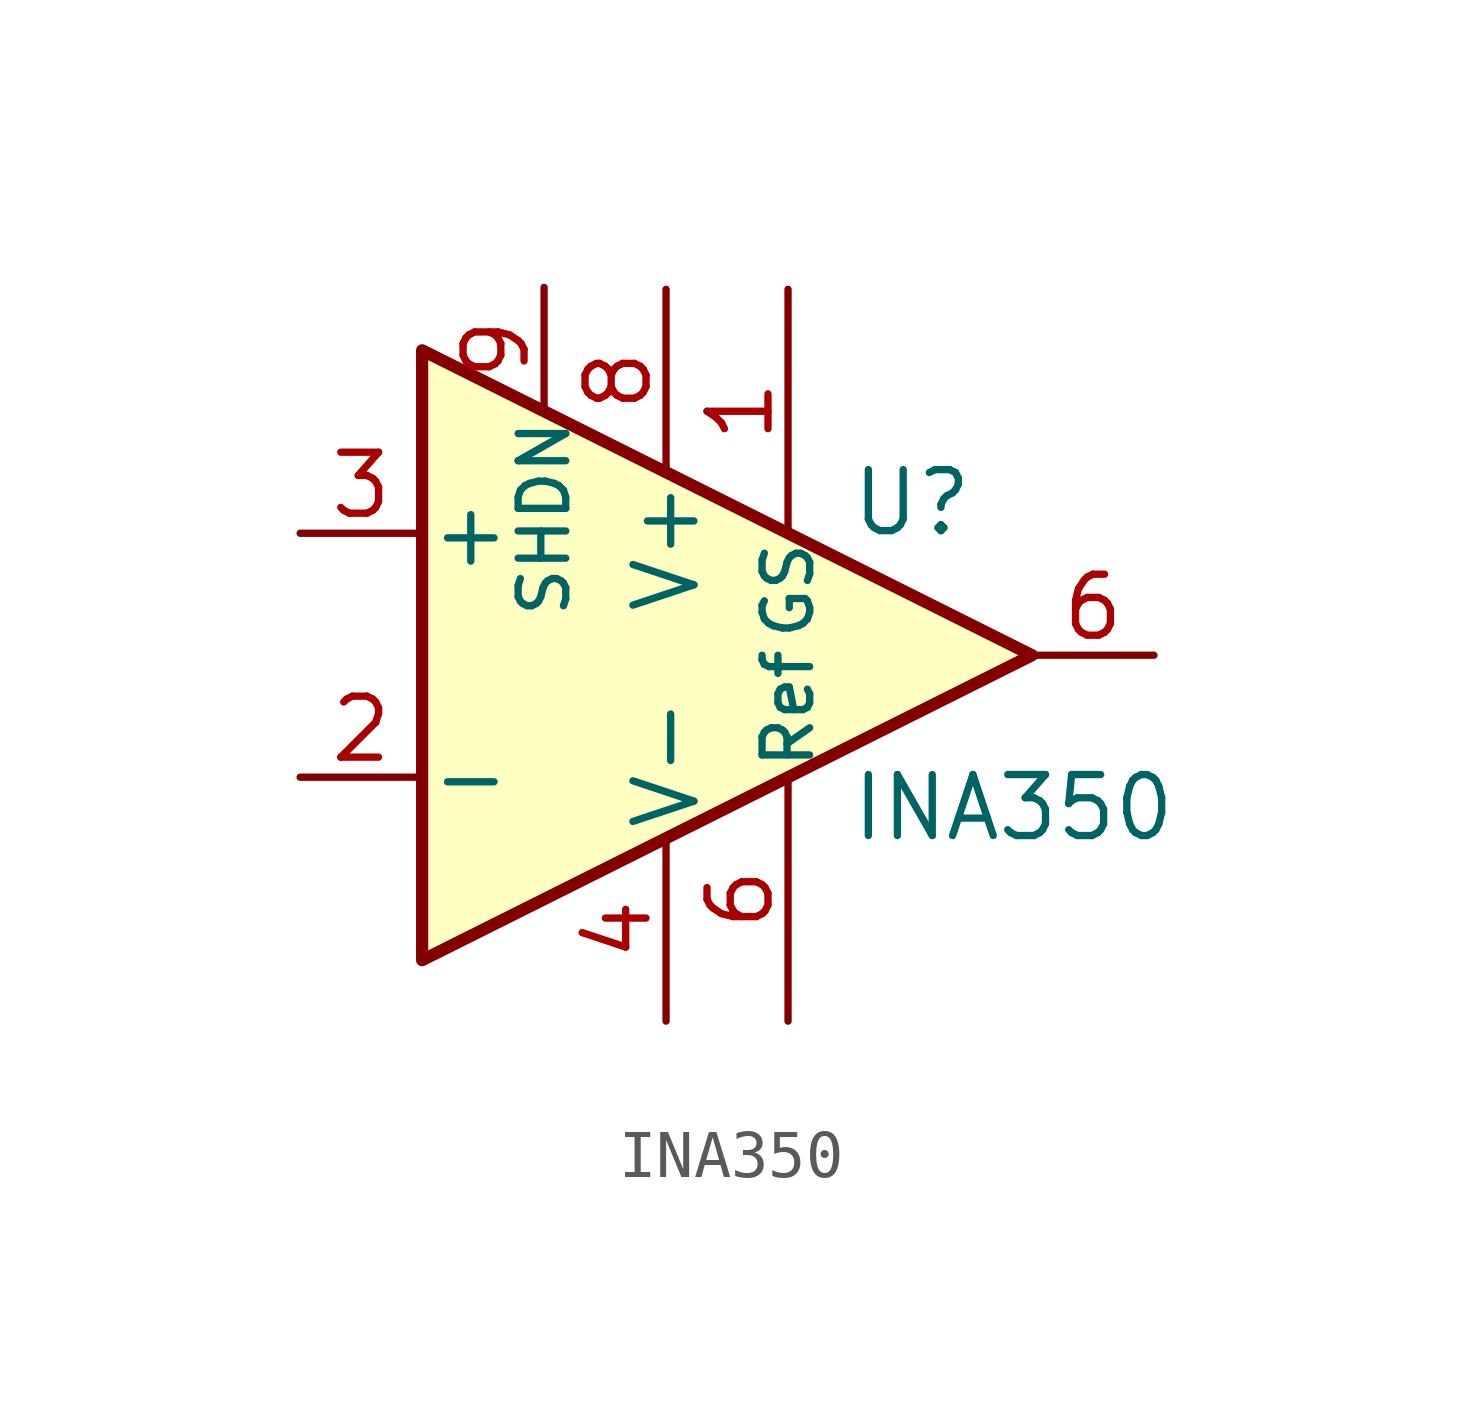
<source format=kicad_sym>
(kicad_symbol_lib
  (version 20220914)
  (generator kicad_symbol_editor)
  (symbol "INA350"
    (pin_names
      (offset 0.127))
    (property "Reference" "U"
      (at 3.81 3.175 0)
      (effects (font (size 1.27 1.27)) (justify left)))
    (property "Value" "INA350"
      (at 3.81 -3.175 0)
      (effects (font (size 1.27 1.27)) (justify left)))
    (symbol "INA350_0_1"
      (polyline (pts (xy 7.62 0) (xy -5.08 6.35) (xy -5.08 -6.35) (xy 7.62 0)) (stroke (width 0.254) (type default)) (fill (type background))))
    (symbol "INA350_1_1"
      (pin input line (at 2.54 7.62 270) (length 5.08) (name "GS" (effects (font (size 0.991 0.991)))) (number "1" (effects (font (size 1.27 1.27)))))
      (pin input line (at -7.62 -2.54 0) (length 2.54) (name "-" (effects (font (size 1.27 1.27)))) (number "2" (effects (font (size 1.27 1.27)))))
      (pin input line (at -7.62 2.54 0) (length 2.54) (name "+" (effects (font (size 1.27 1.27)))) (number "3" (effects (font (size 1.27 1.27)))))
      (pin power_in line (at 0 -7.62 90) (length 3.81) (name "V-" (effects (font (size 1.27 1.27)))) (number "4" (effects (font (size 1.27 1.27)))))
      (pin passive line (at 2.54 -7.62 90) (length 5.08) (name "Ref" (effects (font (size 0.991 0.991)))) (number "6" (effects (font (size 1.27 1.27)))))
      (pin output line (at 10.16 0 180) (length 2.54) (name "~" (effects (font (size 1.27 1.27)))) (number "6" (effects (font (size 1.27 1.27)))))
      (pin power_in line (at 0 7.62 270) (length 3.81) (name "V+" (effects (font (size 1.27 1.27)))) (number "8" (effects (font (size 1.27 1.27)))))
      (pin passive line (at -2.54 7.66 270) (length 2.58) (name "SHDN" (effects (font (size 0.991 0.991)))) (number "9" (effects (font (size 1.27 1.27))))))))
</source>
